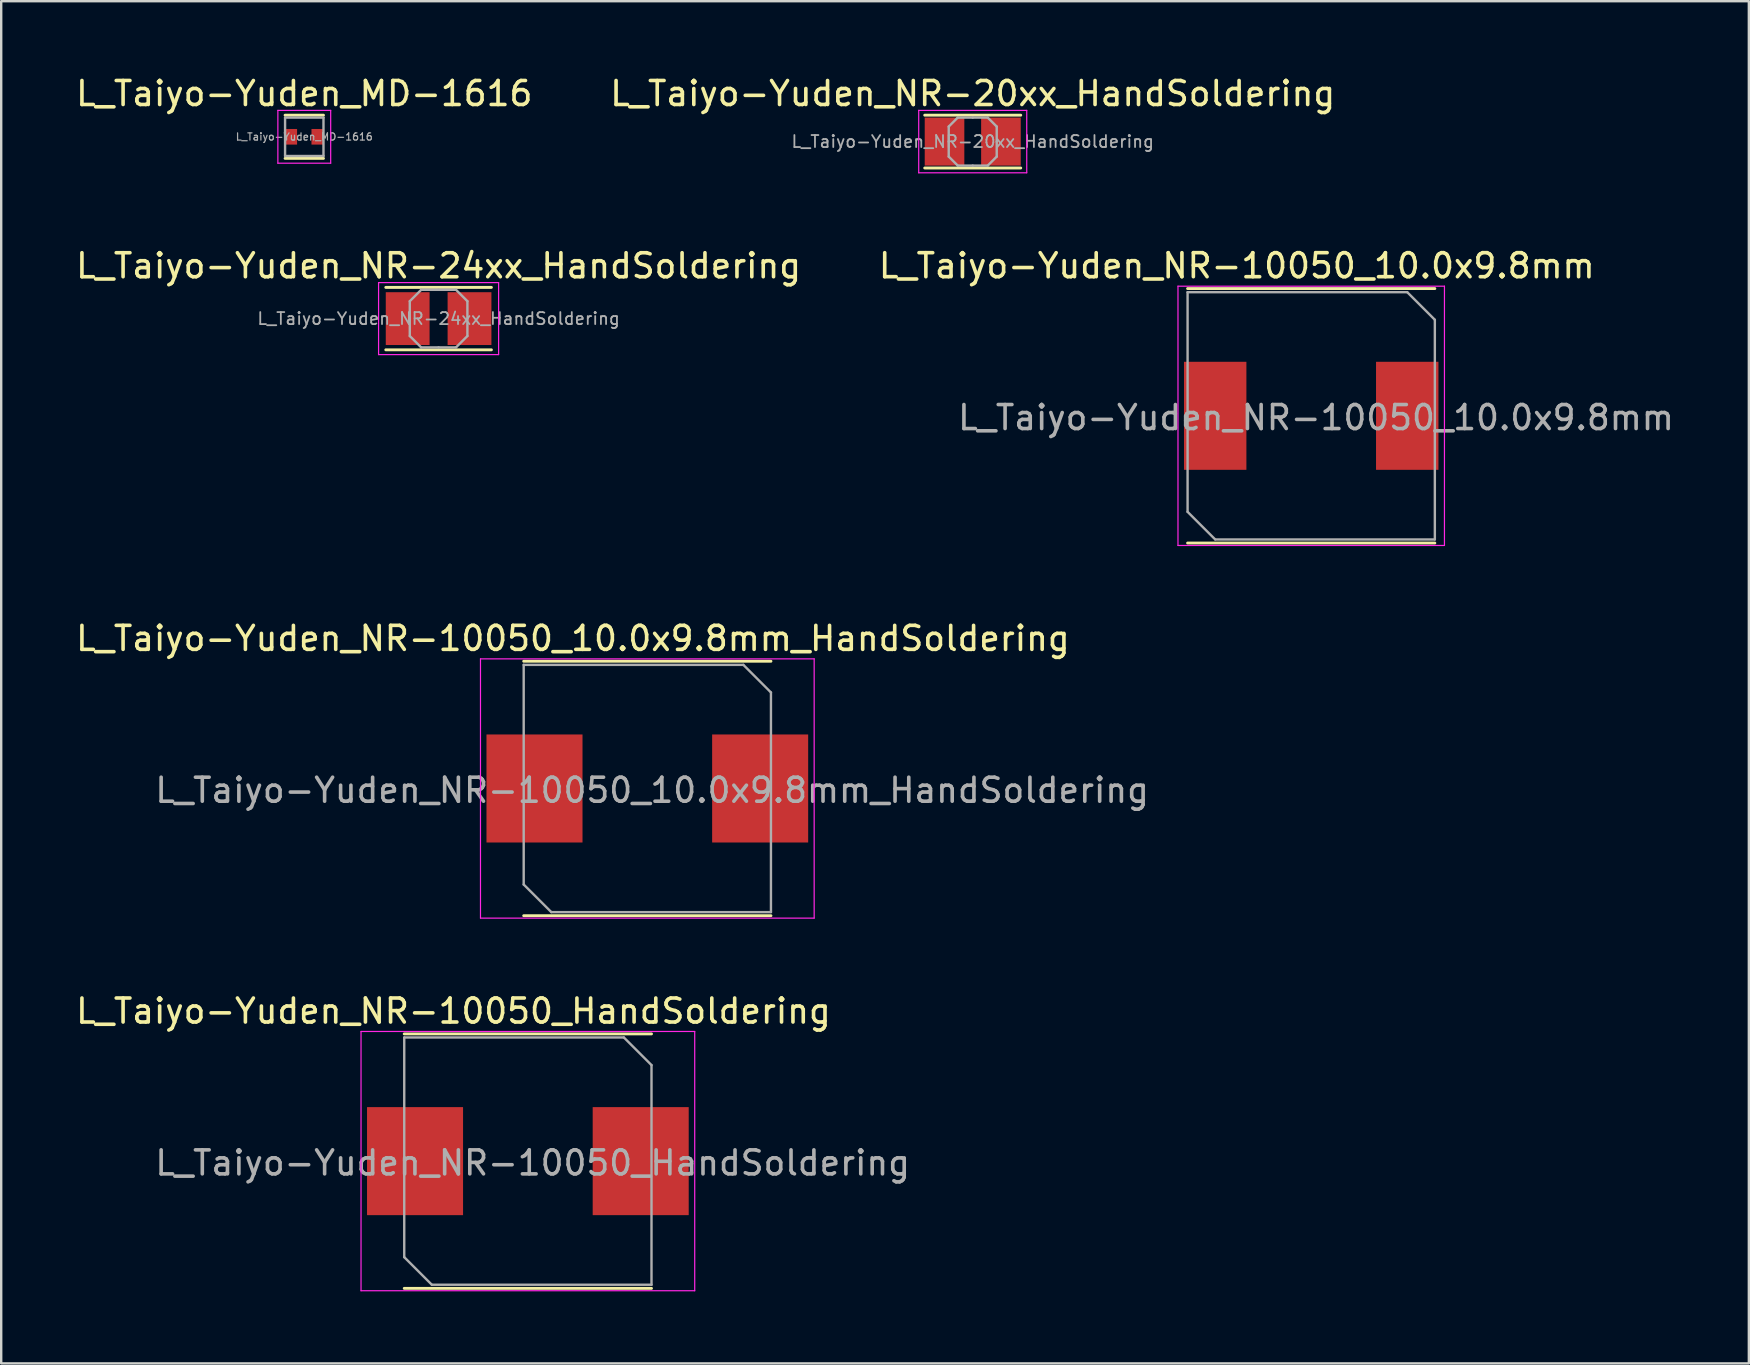
<source format=kicad_pcb>
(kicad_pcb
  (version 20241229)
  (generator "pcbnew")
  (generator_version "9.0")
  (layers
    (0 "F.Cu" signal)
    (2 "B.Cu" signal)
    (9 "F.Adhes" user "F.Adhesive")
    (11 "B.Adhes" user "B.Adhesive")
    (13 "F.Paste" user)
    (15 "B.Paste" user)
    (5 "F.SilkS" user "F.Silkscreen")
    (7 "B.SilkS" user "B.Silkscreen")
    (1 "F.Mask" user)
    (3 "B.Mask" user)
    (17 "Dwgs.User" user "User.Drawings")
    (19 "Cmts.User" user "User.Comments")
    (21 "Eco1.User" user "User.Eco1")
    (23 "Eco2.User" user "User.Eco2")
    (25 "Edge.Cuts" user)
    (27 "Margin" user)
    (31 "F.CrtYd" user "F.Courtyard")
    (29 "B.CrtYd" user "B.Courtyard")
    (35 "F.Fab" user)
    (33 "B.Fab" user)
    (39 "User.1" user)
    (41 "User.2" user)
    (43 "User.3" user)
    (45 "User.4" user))
  (footprint "L_Taiyo-Yuden_NR-10050_10.0x9.8mm_HandSoldering"
    (layer "F.Cu")
    (at 23.915 29.795)
    (property "Reference" "L_Taiyo-Yuden_NR-10050_10.0x9.8mm_HandSoldering" (at -3.1 -6.25 0) (layer "F.SilkS") (effects (font (size 1 1) (thickness 0.15))))
    (attr smd)
    (fp_line (start -5.15 -5.3) (end 5.15 -5.3) (stroke (width 0.12) (type solid)) (layer "F.SilkS"))
    (fp_line (start -5.15 5.3) (end 5.15 5.3) (stroke (width 0.12) (type solid)) (layer "F.SilkS"))
    (fp_line (start -6.95 -5.4) (end -6.95 5.4) (stroke (width 0.05) (type solid)) (layer "F.CrtYd"))
    (fp_line (start -6.95 5.4) (end 6.95 5.4) (stroke (width 0.05) (type solid)) (layer "F.CrtYd"))
    (fp_line (start 6.95 -5.4) (end -6.95 -5.4) (stroke (width 0.05) (type solid)) (layer "F.CrtYd"))
    (fp_line (start 6.95 5.4) (end 6.95 -5.4) (stroke (width 0.05) (type solid)) (layer "F.CrtYd"))
    (fp_line (start -5.15 -5.15) (end -5.15 4) (stroke (width 0.1) (type solid)) (layer "F.Fab"))
    (fp_line (start -5.15 4) (end -4 5.15) (stroke (width 0.1) (type solid)) (layer "F.Fab"))
    (fp_line (start -4 5.15) (end 5.15 5.15) (stroke (width 0.1) (type solid)) (layer "F.Fab"))
    (fp_line (start 4 -5.15) (end -5.15 -5.15) (stroke (width 0.1) (type solid)) (layer "F.Fab"))
    (fp_line (start 4 -5.15) (end 5.15 -4) (stroke (width 0.1) (type solid)) (layer "F.Fab"))
    (fp_line (start 5.15 5.15) (end 5.15 -4) (stroke (width 0.1) (type solid)) (layer "F.Fab"))
    (fp_text user "${REFERENCE}" (at 0.2 0.075 0) (layer "F.Fab") (effects (font (size 1 1) (thickness 0.15))))
    (pad "1" smd rect (at -4.7 0) (size 4 4.5) (layers "F.Cu" "F.Mask" "F.Paste"))
    (pad "2" smd rect (at 4.7 0) (size 4 4.5) (layers "F.Cu" "F.Mask" "F.Paste")))
  (footprint "L_Taiyo-Yuden_NR-20xx_HandSoldering"
    (layer "F.Cu")
    (at 37.47 2.848)
    (property "Reference" "L_Taiyo-Yuden_NR-20xx_HandSoldering" (at 0 -2 0) (layer "F.SilkS") (effects (font (size 1 1) (thickness 0.15))))
    (attr smd)
    (fp_line (start -2 -1.1) (end 2 -1.1) (stroke (width 0.12) (type solid)) (layer "F.SilkS"))
    (fp_line (start -2 1.1) (end 2 1.1) (stroke (width 0.12) (type solid)) (layer "F.SilkS"))
    (fp_line (start -2.25 -1.3) (end -2.25 1.3) (stroke (width 0.05) (type solid)) (layer "F.CrtYd"))
    (fp_line (start -2.25 1.3) (end 2.25 1.3) (stroke (width 0.05) (type solid)) (layer "F.CrtYd"))
    (fp_line (start 2.25 -1.3) (end -2.25 -1.3) (stroke (width 0.05) (type solid)) (layer "F.CrtYd"))
    (fp_line (start 2.25 1.3) (end 2.25 -1.3) (stroke (width 0.05) (type solid)) (layer "F.CrtYd"))
    (fp_line (start -1 -0.625) (end -0.625 -1) (stroke (width 0.1) (type solid)) (layer "F.Fab"))
    (fp_line (start -1 0) (end -1 -0.625) (stroke (width 0.1) (type solid)) (layer "F.Fab"))
    (fp_line (start -1 0) (end -1 0.625) (stroke (width 0.1) (type solid)) (layer "F.Fab"))
    (fp_line (start -1 0.625) (end -0.625 1) (stroke (width 0.1) (type solid)) (layer "F.Fab"))
    (fp_line (start -0.625 -1) (end 0 -1) (stroke (width 0.1) (type solid)) (layer "F.Fab"))
    (fp_line (start -0.625 1) (end 0 1) (stroke (width 0.1) (type solid)) (layer "F.Fab"))
    (fp_line (start 0.625 -1) (end 0 -1) (stroke (width 0.1) (type solid)) (layer "F.Fab"))
    (fp_line (start 0.625 1) (end 0 1) (stroke (width 0.1) (type solid)) (layer "F.Fab"))
    (fp_line (start 1 -0.625) (end 0.625 -1) (stroke (width 0.1) (type solid)) (layer "F.Fab"))
    (fp_line (start 1 0) (end 1 -0.625) (stroke (width 0.1) (type solid)) (layer "F.Fab"))
    (fp_line (start 1 0) (end 1 0.625) (stroke (width 0.1) (type solid)) (layer "F.Fab"))
    (fp_line (start 1 0.625) (end 0.625 1) (stroke (width 0.1) (type solid)) (layer "F.Fab"))
    (fp_text user "${REFERENCE}" (at 0 0 0) (layer "F.Fab") (effects (font (size 0.5 0.5) (thickness 0.075))))
    (pad "1" smd rect (at -1.175 0) (size 1.65 2) (layers "F.Cu" "F.Mask" "F.Paste"))
    (pad "2" smd rect (at 1.175 0) (size 1.65 2) (layers "F.Cu" "F.Mask" "F.Paste")))
  (footprint "L_Taiyo-Yuden_MD-1616"
    (layer "F.Cu")
    (at 9.625 2.648)
    (property "Reference" "L_Taiyo-Yuden_MD-1616" (at 0 -1.8 0) (layer "F.SilkS") (effects (font (size 1 1) (thickness 0.15))))
    (attr smd)
    (fp_line (start -0.8 -0.9) (end 0.8 -0.9) (stroke (width 0.12) (type solid)) (layer "F.SilkS"))
    (fp_line (start -0.8 0.9) (end 0.8 0.9) (stroke (width 0.12) (type solid)) (layer "F.SilkS"))
    (fp_line (start -1.1 -1.1) (end -1.1 1.1) (stroke (width 0.05) (type solid)) (layer "F.CrtYd"))
    (fp_line (start -1.1 1.1) (end 1.1 1.1) (stroke (width 0.05) (type solid)) (layer "F.CrtYd"))
    (fp_line (start 1.1 -1.1) (end -1.1 -1.1) (stroke (width 0.05) (type solid)) (layer "F.CrtYd"))
    (fp_line (start 1.1 1.1) (end 1.1 -1.1) (stroke (width 0.05) (type solid)) (layer "F.CrtYd"))
    (fp_line (start -0.8 -0.8) (end -0.8 0.8) (stroke (width 0.1) (type solid)) (layer "F.Fab"))
    (fp_line (start -0.8 0.8) (end 0.8 0.8) (stroke (width 0.1) (type solid)) (layer "F.Fab"))
    (fp_line (start 0.8 -0.8) (end -0.8 -0.8) (stroke (width 0.1) (type solid)) (layer "F.Fab"))
    (fp_line (start 0.8 0.8) (end 0.8 -0.8) (stroke (width 0.1) (type solid)) (layer "F.Fab"))
    (fp_text user "${REFERENCE}" (at 0 0 0) (layer "F.Fab") (effects (font (size 0.3 0.3) (thickness 0.05))))
    (pad "1" smd rect (at -0.55 0) (size 0.5 0.65) (layers "F.Cu" "F.Mask" "F.Paste"))
    (pad "2" smd rect (at 0.55 0) (size 0.5 0.65) (layers "F.Cu" "F.Mask" "F.Paste")))
  (footprint "L_Taiyo-Yuden_NR-24xx_HandSoldering"
    (layer "F.Cu")
    (at 15.22 10.222)
    (property "Reference" "L_Taiyo-Yuden_NR-24xx_HandSoldering" (at 0 -2.2 0) (layer "F.SilkS") (effects (font (size 1 1) (thickness 0.15))))
    (attr smd)
    (fp_line (start -2.2 -1.3) (end 2.2 -1.3) (stroke (width 0.12) (type solid)) (layer "F.SilkS"))
    (fp_line (start -2.2 1.3) (end 2.2 1.3) (stroke (width 0.12) (type solid)) (layer "F.SilkS"))
    (fp_line (start -2.5 -1.5) (end -2.5 1.5) (stroke (width 0.05) (type solid)) (layer "F.CrtYd"))
    (fp_line (start -2.5 1.5) (end 2.5 1.5) (stroke (width 0.05) (type solid)) (layer "F.CrtYd"))
    (fp_line (start 2.5 -1.5) (end -2.5 -1.5) (stroke (width 0.05) (type solid)) (layer "F.CrtYd"))
    (fp_line (start 2.5 1.5) (end 2.5 -1.5) (stroke (width 0.05) (type solid)) (layer "F.CrtYd"))
    (fp_line (start -1.2 -0.725) (end -0.725 -1.2) (stroke (width 0.1) (type solid)) (layer "F.Fab"))
    (fp_line (start -1.2 0) (end -1.2 -0.725) (stroke (width 0.1) (type solid)) (layer "F.Fab"))
    (fp_line (start -1.2 0) (end -1.2 0.725) (stroke (width 0.1) (type solid)) (layer "F.Fab"))
    (fp_line (start -1.2 0.725) (end -0.725 1.2) (stroke (width 0.1) (type solid)) (layer "F.Fab"))
    (fp_line (start -0.725 -1.2) (end 0 -1.2) (stroke (width 0.1) (type solid)) (layer "F.Fab"))
    (fp_line (start -0.725 1.2) (end 0 1.2) (stroke (width 0.1) (type solid)) (layer "F.Fab"))
    (fp_line (start 0.725 -1.2) (end 0 -1.2) (stroke (width 0.1) (type solid)) (layer "F.Fab"))
    (fp_line (start 0.725 1.2) (end 0 1.2) (stroke (width 0.1) (type solid)) (layer "F.Fab"))
    (fp_line (start 1.2 -0.725) (end 0.725 -1.2) (stroke (width 0.1) (type solid)) (layer "F.Fab"))
    (fp_line (start 1.2 0) (end 1.2 -0.725) (stroke (width 0.1) (type solid)) (layer "F.Fab"))
    (fp_line (start 1.2 0) (end 1.2 0.725) (stroke (width 0.1) (type solid)) (layer "F.Fab"))
    (fp_line (start 1.2 0.725) (end 0.725 1.2) (stroke (width 0.1) (type solid)) (layer "F.Fab"))
    (fp_text user "${REFERENCE}" (at 0 0 0) (layer "F.Fab") (effects (font (size 0.5 0.5) (thickness 0.075))))
    (pad "1" smd rect (at -1.288 0) (size 1.825 2.2) (layers "F.Cu" "F.Mask" "F.Paste"))
    (pad "2" smd rect (at 1.288 0) (size 1.825 2.2) (layers "F.Cu" "F.Mask" "F.Paste")))
  (footprint "L_Taiyo-Yuden_NR-10050_10.0x9.8mm"
    (layer "F.Cu")
    (at 51.57 14.271)
    (property "Reference" "L_Taiyo-Yuden_NR-10050_10.0x9.8mm" (at -3.1 -6.25 0) (layer "F.SilkS") (effects (font (size 1 1) (thickness 0.15))))
    (attr smd)
    (fp_line (start -5.15 -5.3) (end 5.15 -5.3) (stroke (width 0.12) (type solid)) (layer "F.SilkS"))
    (fp_line (start -5.15 5.3) (end 5.15 5.3) (stroke (width 0.12) (type solid)) (layer "F.SilkS"))
    (fp_line (start -5.55 -5.4) (end -5.55 5.4) (stroke (width 0.05) (type solid)) (layer "F.CrtYd"))
    (fp_line (start -5.55 5.4) (end 5.55 5.4) (stroke (width 0.05) (type solid)) (layer "F.CrtYd"))
    (fp_line (start 5.55 -5.4) (end -5.55 -5.4) (stroke (width 0.05) (type solid)) (layer "F.CrtYd"))
    (fp_line (start 5.55 5.4) (end 5.55 -5.4) (stroke (width 0.05) (type solid)) (layer "F.CrtYd"))
    (fp_line (start -5.15 -5.15) (end -5.15 4) (stroke (width 0.1) (type solid)) (layer "F.Fab"))
    (fp_line (start -5.15 4) (end -4 5.15) (stroke (width 0.1) (type solid)) (layer "F.Fab"))
    (fp_line (start -4 5.15) (end 5.15 5.15) (stroke (width 0.1) (type solid)) (layer "F.Fab"))
    (fp_line (start 4 -5.15) (end -5.15 -5.15) (stroke (width 0.1) (type solid)) (layer "F.Fab"))
    (fp_line (start 4 -5.15) (end 5.15 -4) (stroke (width 0.1) (type solid)) (layer "F.Fab"))
    (fp_line (start 5.15 5.15) (end 5.15 -4) (stroke (width 0.1) (type solid)) (layer "F.Fab"))
    (fp_text user "${REFERENCE}" (at 0.2 0.075 0) (layer "F.Fab") (effects (font (size 1 1) (thickness 0.15))))
    (pad "1" smd rect (at -4 0) (size 2.6 4.5) (layers "F.Cu" "F.Mask" "F.Paste"))
    (pad "2" smd rect (at 4 0) (size 2.6 4.5) (layers "F.Cu" "F.Mask" "F.Paste")))
  (footprint "L_Taiyo-Yuden_NR-10050_HandSoldering"
    (layer "F.Cu")
    (at 18.939 45.318)
    (property "Reference" "L_Taiyo-Yuden_NR-10050_HandSoldering" (at -3.1 -6.25 0) (layer "F.SilkS") (effects (font (size 1 1) (thickness 0.15))))
    (attr smd)
    (fp_line (start -5.15 -5.3) (end 5.15 -5.3) (stroke (width 0.12) (type solid)) (layer "F.SilkS"))
    (fp_line (start -5.15 5.3) (end 5.15 5.3) (stroke (width 0.12) (type solid)) (layer "F.SilkS"))
    (fp_line (start -6.95 -5.4) (end -6.95 5.4) (stroke (width 0.05) (type solid)) (layer "F.CrtYd"))
    (fp_line (start -6.95 5.4) (end 6.95 5.4) (stroke (width 0.05) (type solid)) (layer "F.CrtYd"))
    (fp_line (start 6.95 -5.4) (end -6.95 -5.4) (stroke (width 0.05) (type solid)) (layer "F.CrtYd"))
    (fp_line (start 6.95 5.4) (end 6.95 -5.4) (stroke (width 0.05) (type solid)) (layer "F.CrtYd"))
    (fp_line (start -5.15 -5.15) (end -5.15 4) (stroke (width 0.1) (type solid)) (layer "F.Fab"))
    (fp_line (start -5.15 4) (end -4 5.15) (stroke (width 0.1) (type solid)) (layer "F.Fab"))
    (fp_line (start -4 5.15) (end 5.15 5.15) (stroke (width 0.1) (type solid)) (layer "F.Fab"))
    (fp_line (start 4 -5.15) (end -5.15 -5.15) (stroke (width 0.1) (type solid)) (layer "F.Fab"))
    (fp_line (start 4 -5.15) (end 5.15 -4) (stroke (width 0.1) (type solid)) (layer "F.Fab"))
    (fp_line (start 5.15 5.15) (end 5.15 -4) (stroke (width 0.1) (type solid)) (layer "F.Fab"))
    (fp_text user "${REFERENCE}" (at 0.2 0.075 0) (layer "F.Fab") (effects (font (size 1 1) (thickness 0.15))))
    (pad "1" smd rect (at -4.7 0) (size 4 4.5) (layers "F.Cu" "F.Mask" "F.Paste"))
    (pad "2" smd rect (at 4.7 0) (size 4 4.5) (layers "F.Cu" "F.Mask" "F.Paste")))
  (gr_rect
    (start -3 -3)
    (end 69.8 53.743)
    (stroke (width 0.1) (type default))
    (fill no)
    (layer "Edge.Cuts")))
</source>
